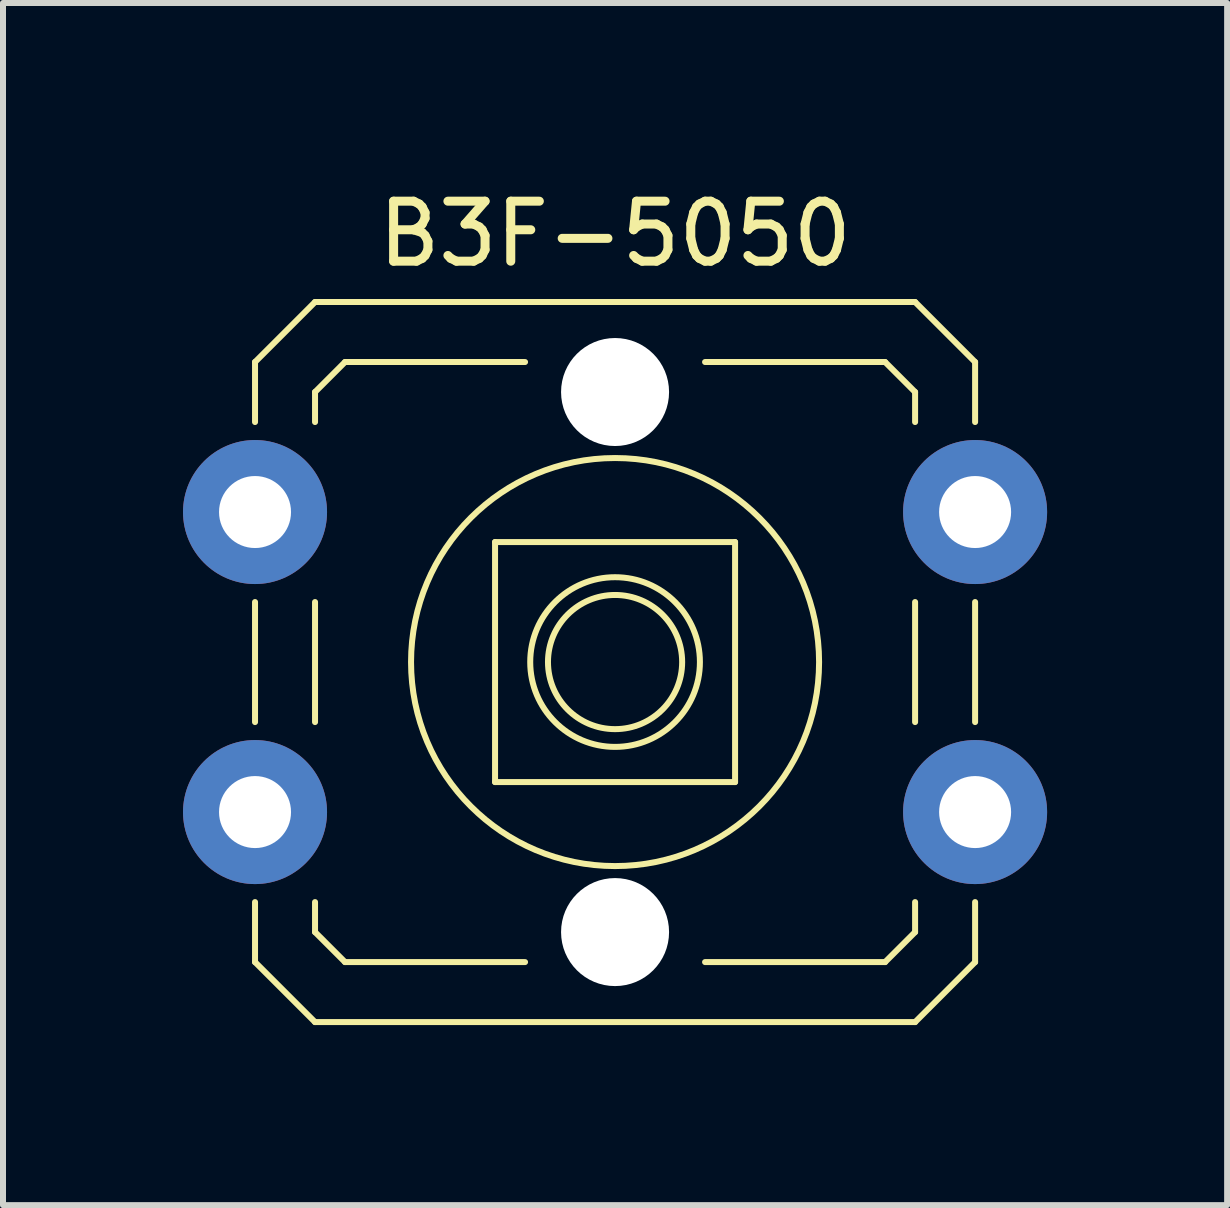
<source format=kicad_pcb>
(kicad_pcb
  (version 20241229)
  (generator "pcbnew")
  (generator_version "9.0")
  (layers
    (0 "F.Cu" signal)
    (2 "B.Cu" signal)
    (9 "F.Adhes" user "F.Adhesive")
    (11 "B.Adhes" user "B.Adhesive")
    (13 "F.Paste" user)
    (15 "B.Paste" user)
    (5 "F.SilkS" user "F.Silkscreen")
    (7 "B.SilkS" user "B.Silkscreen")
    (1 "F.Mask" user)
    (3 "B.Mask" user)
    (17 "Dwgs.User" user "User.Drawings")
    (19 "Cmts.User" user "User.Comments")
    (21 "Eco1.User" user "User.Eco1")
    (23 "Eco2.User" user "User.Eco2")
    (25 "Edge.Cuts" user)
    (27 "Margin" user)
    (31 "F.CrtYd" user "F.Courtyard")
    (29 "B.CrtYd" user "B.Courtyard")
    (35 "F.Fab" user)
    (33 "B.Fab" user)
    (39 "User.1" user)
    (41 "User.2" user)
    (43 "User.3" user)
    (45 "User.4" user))
  (footprint "B3F-5050"
    (layer "F.Cu")
    (at 7.2 7.983)
    (property "Reference" "B3F-5050" (at 0 -7.135 0) (layer "F.SilkS") (effects (font (size 1 1) (thickness 0.15))))
    (attr through_hole)
    (fp_line (start -6 -5) (end -6 -4) (stroke (width 0.1) (type solid)) (layer "F.SilkS"))
    (fp_line (start -6 -5) (end -5 -6) (stroke (width 0.1) (type solid)) (layer "F.SilkS"))
    (fp_line (start -6 -1) (end -6 1) (stroke (width 0.1) (type solid)) (layer "F.SilkS"))
    (fp_line (start -6 4) (end -6 5) (stroke (width 0.1) (type solid)) (layer "F.SilkS"))
    (fp_line (start -6 5) (end -5 6) (stroke (width 0.1) (type solid)) (layer "F.SilkS"))
    (fp_line (start -5 -6) (end 5 -6) (stroke (width 0.1) (type solid)) (layer "F.SilkS"))
    (fp_line (start -5 -4.5) (end -4.5 -5) (stroke (width 0.1) (type solid)) (layer "F.SilkS"))
    (fp_line (start -5 -4) (end -5 -4.5) (stroke (width 0.1) (type solid)) (layer "F.SilkS"))
    (fp_line (start -5 -1) (end -5 1) (stroke (width 0.1) (type solid)) (layer "F.SilkS"))
    (fp_line (start -5 4) (end -5 4.5) (stroke (width 0.1) (type solid)) (layer "F.SilkS"))
    (fp_line (start -5 4.5) (end -4.5 5) (stroke (width 0.1) (type solid)) (layer "F.SilkS"))
    (fp_line (start -4.5 -5) (end -1.5 -5) (stroke (width 0.1) (type solid)) (layer "F.SilkS"))
    (fp_line (start -4.5 5) (end -1.5 5) (stroke (width 0.1) (type solid)) (layer "F.SilkS"))
    (fp_line (start -2 -2) (end 2 -2) (stroke (width 0.1) (type solid)) (layer "F.SilkS"))
    (fp_line (start -2 2) (end -2 -2) (stroke (width 0.1) (type solid)) (layer "F.SilkS"))
    (fp_line (start 1.5 -5) (end 4.5 -5) (stroke (width 0.1) (type solid)) (layer "F.SilkS"))
    (fp_line (start 1.5 5) (end 4.5 5) (stroke (width 0.1) (type solid)) (layer "F.SilkS"))
    (fp_line (start 2 -2) (end 2 2) (stroke (width 0.1) (type solid)) (layer "F.SilkS"))
    (fp_line (start 2 2) (end -2 2) (stroke (width 0.1) (type solid)) (layer "F.SilkS"))
    (fp_line (start 4.5 -5) (end 5 -4.5) (stroke (width 0.1) (type solid)) (layer "F.SilkS"))
    (fp_line (start 4.5 5) (end 5 4.5) (stroke (width 0.1) (type solid)) (layer "F.SilkS"))
    (fp_line (start 5 -6) (end 6 -5) (stroke (width 0.1) (type solid)) (layer "F.SilkS"))
    (fp_line (start 5 -4.5) (end 5 -4) (stroke (width 0.1) (type solid)) (layer "F.SilkS"))
    (fp_line (start 5 -1) (end 5 1) (stroke (width 0.1) (type solid)) (layer "F.SilkS"))
    (fp_line (start 5 4.5) (end 5 4) (stroke (width 0.1) (type solid)) (layer "F.SilkS"))
    (fp_line (start 5 6) (end -5 6) (stroke (width 0.1) (type solid)) (layer "F.SilkS"))
    (fp_line (start 5 6) (end 6 5) (stroke (width 0.1) (type solid)) (layer "F.SilkS"))
    (fp_line (start 6 -5) (end 6 -4) (stroke (width 0.1) (type solid)) (layer "F.SilkS"))
    (fp_line (start 6 -1) (end 6 1) (stroke (width 0.1) (type solid)) (layer "F.SilkS"))
    (fp_line (start 6 4) (end 6 5) (stroke (width 0.1) (type solid)) (layer "F.SilkS"))
    (fp_circle (center 0 0) (end 1.118 0) (stroke (width 0.1) (type solid)) (fill no) (layer "F.SilkS"))
    (fp_circle (center 0 0) (end 1.414 0) (stroke (width 0.1) (type solid)) (fill no) (layer "F.SilkS"))
    (fp_circle (center 0 0) (end 3.4 0) (stroke (width 0.1) (type solid)) (fill no) (layer "F.SilkS"))
    (pad "" np_thru_hole circle (at 0 -4.5) (size 1.8 1.8) (drill 1.8) (layers "*.Cu" "*.Mask"))
    (pad "" np_thru_hole circle (at 0 4.5) (size 1.8 1.8) (drill 1.8) (layers "*.Cu" "*.Mask"))
    (pad "1" thru_hole circle (at 6 2.5) (size 2.4 2.4) (drill 1.2) (layers "*.Cu" "*.Mask"))
    (pad "2" thru_hole circle (at -6 2.5) (size 2.4 2.4) (drill 1.2) (layers "*.Cu" "*.Mask"))
    (pad "3" thru_hole circle (at 6 -2.5) (size 2.4 2.4) (drill 1.2) (layers "*.Cu" "*.Mask"))
    (pad "4" thru_hole circle (at -6 -2.5) (size 2.4 2.4) (drill 1.2) (layers "*.Cu" "*.Mask")))
  (gr_rect
    (start -3 -3)
    (end 17.4 17.033)
    (stroke (width 0.1) (type default))
    (fill no)
    (layer "Edge.Cuts")))
</source>
